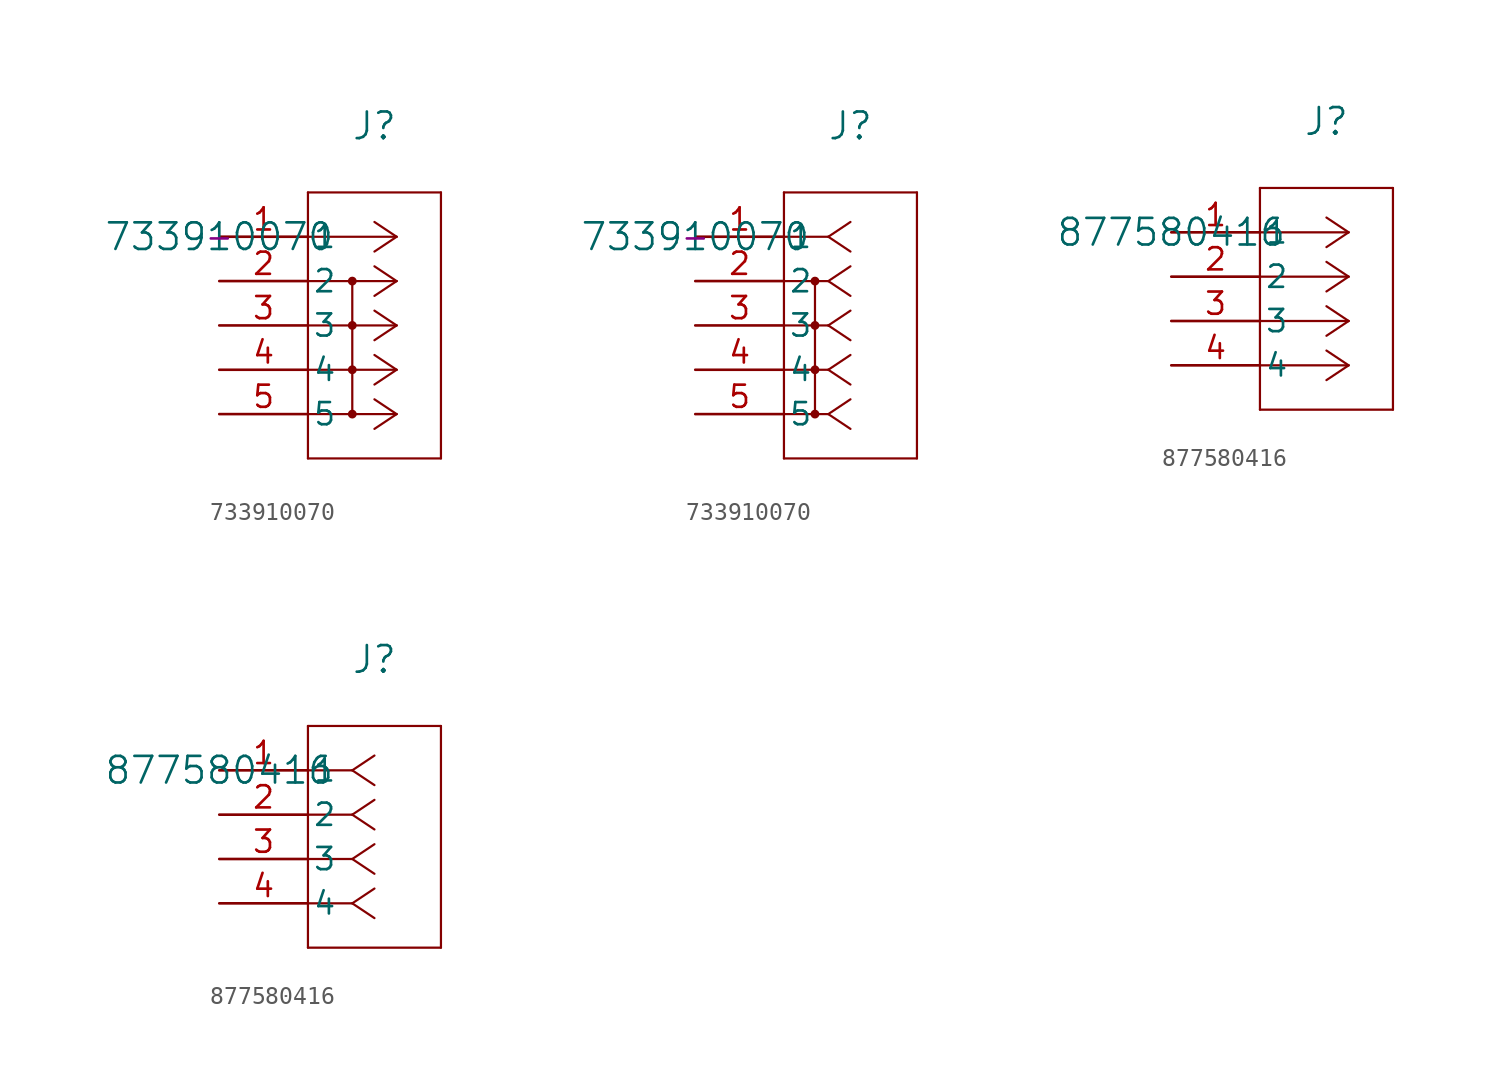
<source format=kicad_sym>
(kicad_symbol_lib
  (version 20231120)
  (generator "kicad_symbol_editor")
  (generator_version "8.0")
  (symbol "733910070"
    (pin_names
      (offset 0.254))
    (property "Reference" "J"
      (at 8.89 6.35 0)
      (effects (font (size 1.524 1.524))))
    (property "Value" "733910070"
      (at 0 0 0)
      (effects (font (size 1.524 1.524))))
    (property "Notes" "-"
      (at 0 0 0)
      (effects (font (size 1.27 1.27))))
    (symbol "733910070_1_1"
      (polyline (pts (xy 5.08 -12.7) (xy 12.7 -12.7)) (stroke (width 0.127) (type default)) (fill (type none)))
      (polyline (pts (xy 5.08 2.54) (xy 5.08 -12.7)) (stroke (width 0.127) (type default)) (fill (type none)))
      (polyline (pts (xy 7.62 -2.54) (xy 7.62 -10.16)) (stroke (width 0.127) (type default)) (fill (type none)))
      (polyline (pts (xy 10.16 -10.16) (xy 5.08 -10.16)) (stroke (width 0.127) (type default)) (fill (type none)))
      (polyline (pts (xy 10.16 -10.16) (xy 8.89 -11.007)) (stroke (width 0.127) (type default)) (fill (type none)))
      (polyline (pts (xy 10.16 -10.16) (xy 8.89 -9.313)) (stroke (width 0.127) (type default)) (fill (type none)))
      (polyline (pts (xy 10.16 -7.62) (xy 5.08 -7.62)) (stroke (width 0.127) (type default)) (fill (type none)))
      (polyline (pts (xy 10.16 -7.62) (xy 8.89 -8.467)) (stroke (width 0.127) (type default)) (fill (type none)))
      (polyline (pts (xy 10.16 -7.62) (xy 8.89 -6.773)) (stroke (width 0.127) (type default)) (fill (type none)))
      (polyline (pts (xy 10.16 -5.08) (xy 5.08 -5.08)) (stroke (width 0.127) (type default)) (fill (type none)))
      (polyline (pts (xy 10.16 -5.08) (xy 8.89 -5.927)) (stroke (width 0.127) (type default)) (fill (type none)))
      (polyline (pts (xy 10.16 -5.08) (xy 8.89 -4.233)) (stroke (width 0.127) (type default)) (fill (type none)))
      (polyline (pts (xy 10.16 -2.54) (xy 5.08 -2.54)) (stroke (width 0.127) (type default)) (fill (type none)))
      (polyline (pts (xy 10.16 -2.54) (xy 8.89 -3.387)) (stroke (width 0.127) (type default)) (fill (type none)))
      (polyline (pts (xy 10.16 -2.54) (xy 8.89 -1.693)) (stroke (width 0.127) (type default)) (fill (type none)))
      (polyline (pts (xy 10.16 0) (xy 5.08 0)) (stroke (width 0.127) (type default)) (fill (type none)))
      (polyline (pts (xy 10.16 0) (xy 8.89 -0.847)) (stroke (width 0.127) (type default)) (fill (type none)))
      (polyline (pts (xy 10.16 0) (xy 8.89 0.847)) (stroke (width 0.127) (type default)) (fill (type none)))
      (polyline (pts (xy 12.7 -12.7) (xy 12.7 2.54)) (stroke (width 0.127) (type default)) (fill (type none)))
      (polyline (pts (xy 12.7 2.54) (xy 5.08 2.54)) (stroke (width 0.127) (type default)) (fill (type none)))
      (circle (center 7.62 -10.16) (radius 0.127) (stroke (width 0.254) (type default)) (fill (type none)))
      (circle (center 7.62 -7.62) (radius 0.127) (stroke (width 0.254) (type default)) (fill (type none)))
      (circle (center 7.62 -5.08) (radius 0.127) (stroke (width 0.254) (type default)) (fill (type none)))
      (circle (center 7.62 -2.54) (radius 0.127) (stroke (width 0.254) (type default)) (fill (type none)))
      (pin unspecified line (at 0 0 0) (length 5.08) (name "1" (effects (font (size 1.27 1.27)))) (number "1" (effects (font (size 1.27 1.27)))))
      (pin unspecified line (at 0 -2.54 0) (length 5.08) (name "2" (effects (font (size 1.27 1.27)))) (number "2" (effects (font (size 1.27 1.27)))))
      (pin unspecified line (at 0 -5.08 0) (length 5.08) (name "3" (effects (font (size 1.27 1.27)))) (number "3" (effects (font (size 1.27 1.27)))))
      (pin unspecified line (at 0 -7.62 0) (length 5.08) (name "4" (effects (font (size 1.27 1.27)))) (number "4" (effects (font (size 1.27 1.27)))))
      (pin unspecified line (at 0 -10.16 0) (length 5.08) (name "5" (effects (font (size 1.27 1.27)))) (number "5" (effects (font (size 1.27 1.27))))))
    (symbol "733910070_1_2"
      (polyline (pts (xy 5.08 -12.7) (xy 12.7 -12.7)) (stroke (width 0.127) (type default)) (fill (type none)))
      (polyline (pts (xy 5.08 2.54) (xy 5.08 -12.7)) (stroke (width 0.127) (type default)) (fill (type none)))
      (polyline (pts (xy 6.858 -2.54) (xy 6.858 -10.16)) (stroke (width 0.127) (type default)) (fill (type none)))
      (polyline (pts (xy 7.62 -10.16) (xy 5.08 -10.16)) (stroke (width 0.127) (type default)) (fill (type none)))
      (polyline (pts (xy 7.62 -10.16) (xy 8.89 -11.007)) (stroke (width 0.127) (type default)) (fill (type none)))
      (polyline (pts (xy 7.62 -10.16) (xy 8.89 -9.313)) (stroke (width 0.127) (type default)) (fill (type none)))
      (polyline (pts (xy 7.62 -7.62) (xy 5.08 -7.62)) (stroke (width 0.127) (type default)) (fill (type none)))
      (polyline (pts (xy 7.62 -7.62) (xy 8.89 -8.467)) (stroke (width 0.127) (type default)) (fill (type none)))
      (polyline (pts (xy 7.62 -7.62) (xy 8.89 -6.773)) (stroke (width 0.127) (type default)) (fill (type none)))
      (polyline (pts (xy 7.62 -5.08) (xy 5.08 -5.08)) (stroke (width 0.127) (type default)) (fill (type none)))
      (polyline (pts (xy 7.62 -5.08) (xy 8.89 -5.927)) (stroke (width 0.127) (type default)) (fill (type none)))
      (polyline (pts (xy 7.62 -5.08) (xy 8.89 -4.233)) (stroke (width 0.127) (type default)) (fill (type none)))
      (polyline (pts (xy 7.62 -2.54) (xy 5.08 -2.54)) (stroke (width 0.127) (type default)) (fill (type none)))
      (polyline (pts (xy 7.62 -2.54) (xy 8.89 -3.387)) (stroke (width 0.127) (type default)) (fill (type none)))
      (polyline (pts (xy 7.62 -2.54) (xy 8.89 -1.693)) (stroke (width 0.127) (type default)) (fill (type none)))
      (polyline (pts (xy 7.62 0) (xy 5.08 0)) (stroke (width 0.127) (type default)) (fill (type none)))
      (polyline (pts (xy 7.62 0) (xy 8.89 -0.847)) (stroke (width 0.127) (type default)) (fill (type none)))
      (polyline (pts (xy 7.62 0) (xy 8.89 0.847)) (stroke (width 0.127) (type default)) (fill (type none)))
      (polyline (pts (xy 12.7 -12.7) (xy 12.7 2.54)) (stroke (width 0.127) (type default)) (fill (type none)))
      (polyline (pts (xy 12.7 2.54) (xy 5.08 2.54)) (stroke (width 0.127) (type default)) (fill (type none)))
      (circle (center 6.858 -10.16) (radius 0.127) (stroke (width 0.254) (type default)) (fill (type none)))
      (circle (center 6.858 -7.62) (radius 0.127) (stroke (width 0.254) (type default)) (fill (type none)))
      (circle (center 6.858 -5.08) (radius 0.127) (stroke (width 0.254) (type default)) (fill (type none)))
      (circle (center 6.858 -2.54) (radius 0.127) (stroke (width 0.254) (type default)) (fill (type none)))
      (pin unspecified line (at 0 0 0) (length 5.08) (name "1" (effects (font (size 1.27 1.27)))) (number "1" (effects (font (size 1.27 1.27)))))
      (pin unspecified line (at 0 -2.54 0) (length 5.08) (name "2" (effects (font (size 1.27 1.27)))) (number "2" (effects (font (size 1.27 1.27)))))
      (pin unspecified line (at 0 -5.08 0) (length 5.08) (name "3" (effects (font (size 1.27 1.27)))) (number "3" (effects (font (size 1.27 1.27)))))
      (pin unspecified line (at 0 -7.62 0) (length 5.08) (name "4" (effects (font (size 1.27 1.27)))) (number "4" (effects (font (size 1.27 1.27)))))
      (pin unspecified line (at 0 -10.16 0) (length 5.08) (name "5" (effects (font (size 1.27 1.27)))) (number "5" (effects (font (size 1.27 1.27)))))))
  (symbol "877580416"
    (pin_names
      (offset 0.254))
    (property "Reference" "J"
      (at 8.89 6.35 0)
      (effects (font (size 1.524 1.524))))
    (property "Value" "877580416"
      (at 0 0 0)
      (effects (font (size 1.524 1.524))))
    (symbol "877580416_1_1"
      (polyline (pts (xy 5.08 -10.16) (xy 12.7 -10.16)) (stroke (width 0.127) (type default)) (fill (type none)))
      (polyline (pts (xy 5.08 2.54) (xy 5.08 -10.16)) (stroke (width 0.127) (type default)) (fill (type none)))
      (polyline (pts (xy 10.16 -7.62) (xy 5.08 -7.62)) (stroke (width 0.127) (type default)) (fill (type none)))
      (polyline (pts (xy 10.16 -7.62) (xy 8.89 -8.467)) (stroke (width 0.127) (type default)) (fill (type none)))
      (polyline (pts (xy 10.16 -7.62) (xy 8.89 -6.773)) (stroke (width 0.127) (type default)) (fill (type none)))
      (polyline (pts (xy 10.16 -5.08) (xy 5.08 -5.08)) (stroke (width 0.127) (type default)) (fill (type none)))
      (polyline (pts (xy 10.16 -5.08) (xy 8.89 -5.927)) (stroke (width 0.127) (type default)) (fill (type none)))
      (polyline (pts (xy 10.16 -5.08) (xy 8.89 -4.233)) (stroke (width 0.127) (type default)) (fill (type none)))
      (polyline (pts (xy 10.16 -2.54) (xy 5.08 -2.54)) (stroke (width 0.127) (type default)) (fill (type none)))
      (polyline (pts (xy 10.16 -2.54) (xy 8.89 -3.387)) (stroke (width 0.127) (type default)) (fill (type none)))
      (polyline (pts (xy 10.16 -2.54) (xy 8.89 -1.693)) (stroke (width 0.127) (type default)) (fill (type none)))
      (polyline (pts (xy 10.16 0) (xy 5.08 0)) (stroke (width 0.127) (type default)) (fill (type none)))
      (polyline (pts (xy 10.16 0) (xy 8.89 -0.847)) (stroke (width 0.127) (type default)) (fill (type none)))
      (polyline (pts (xy 10.16 0) (xy 8.89 0.847)) (stroke (width 0.127) (type default)) (fill (type none)))
      (polyline (pts (xy 12.7 -10.16) (xy 12.7 2.54)) (stroke (width 0.127) (type default)) (fill (type none)))
      (polyline (pts (xy 12.7 2.54) (xy 5.08 2.54)) (stroke (width 0.127) (type default)) (fill (type none)))
      (pin unspecified line (at 0 0 0) (length 5.08) (name "1" (effects (font (size 1.27 1.27)))) (number "1" (effects (font (size 1.27 1.27)))))
      (pin unspecified line (at 0 -2.54 0) (length 5.08) (name "2" (effects (font (size 1.27 1.27)))) (number "2" (effects (font (size 1.27 1.27)))))
      (pin unspecified line (at 0 -5.08 0) (length 5.08) (name "3" (effects (font (size 1.27 1.27)))) (number "3" (effects (font (size 1.27 1.27)))))
      (pin unspecified line (at 0 -7.62 0) (length 5.08) (name "4" (effects (font (size 1.27 1.27)))) (number "4" (effects (font (size 1.27 1.27))))))
    (symbol "877580416_1_2"
      (polyline (pts (xy 5.08 -10.16) (xy 12.7 -10.16)) (stroke (width 0.127) (type default)) (fill (type none)))
      (polyline (pts (xy 5.08 2.54) (xy 5.08 -10.16)) (stroke (width 0.127) (type default)) (fill (type none)))
      (polyline (pts (xy 7.62 -7.62) (xy 5.08 -7.62)) (stroke (width 0.127) (type default)) (fill (type none)))
      (polyline (pts (xy 7.62 -7.62) (xy 8.89 -8.467)) (stroke (width 0.127) (type default)) (fill (type none)))
      (polyline (pts (xy 7.62 -7.62) (xy 8.89 -6.773)) (stroke (width 0.127) (type default)) (fill (type none)))
      (polyline (pts (xy 7.62 -5.08) (xy 5.08 -5.08)) (stroke (width 0.127) (type default)) (fill (type none)))
      (polyline (pts (xy 7.62 -5.08) (xy 8.89 -5.927)) (stroke (width 0.127) (type default)) (fill (type none)))
      (polyline (pts (xy 7.62 -5.08) (xy 8.89 -4.233)) (stroke (width 0.127) (type default)) (fill (type none)))
      (polyline (pts (xy 7.62 -2.54) (xy 5.08 -2.54)) (stroke (width 0.127) (type default)) (fill (type none)))
      (polyline (pts (xy 7.62 -2.54) (xy 8.89 -3.387)) (stroke (width 0.127) (type default)) (fill (type none)))
      (polyline (pts (xy 7.62 -2.54) (xy 8.89 -1.693)) (stroke (width 0.127) (type default)) (fill (type none)))
      (polyline (pts (xy 7.62 0) (xy 5.08 0)) (stroke (width 0.127) (type default)) (fill (type none)))
      (polyline (pts (xy 7.62 0) (xy 8.89 -0.847)) (stroke (width 0.127) (type default)) (fill (type none)))
      (polyline (pts (xy 7.62 0) (xy 8.89 0.847)) (stroke (width 0.127) (type default)) (fill (type none)))
      (polyline (pts (xy 12.7 -10.16) (xy 12.7 2.54)) (stroke (width 0.127) (type default)) (fill (type none)))
      (polyline (pts (xy 12.7 2.54) (xy 5.08 2.54)) (stroke (width 0.127) (type default)) (fill (type none)))
      (pin unspecified line (at 0 0 0) (length 5.08) (name "1" (effects (font (size 1.27 1.27)))) (number "1" (effects (font (size 1.27 1.27)))))
      (pin unspecified line (at 0 -2.54 0) (length 5.08) (name "2" (effects (font (size 1.27 1.27)))) (number "2" (effects (font (size 1.27 1.27)))))
      (pin unspecified line (at 0 -5.08 0) (length 5.08) (name "3" (effects (font (size 1.27 1.27)))) (number "3" (effects (font (size 1.27 1.27)))))
      (pin unspecified line (at 0 -7.62 0) (length 5.08) (name "4" (effects (font (size 1.27 1.27)))) (number "4" (effects (font (size 1.27 1.27))))))))
</source>
